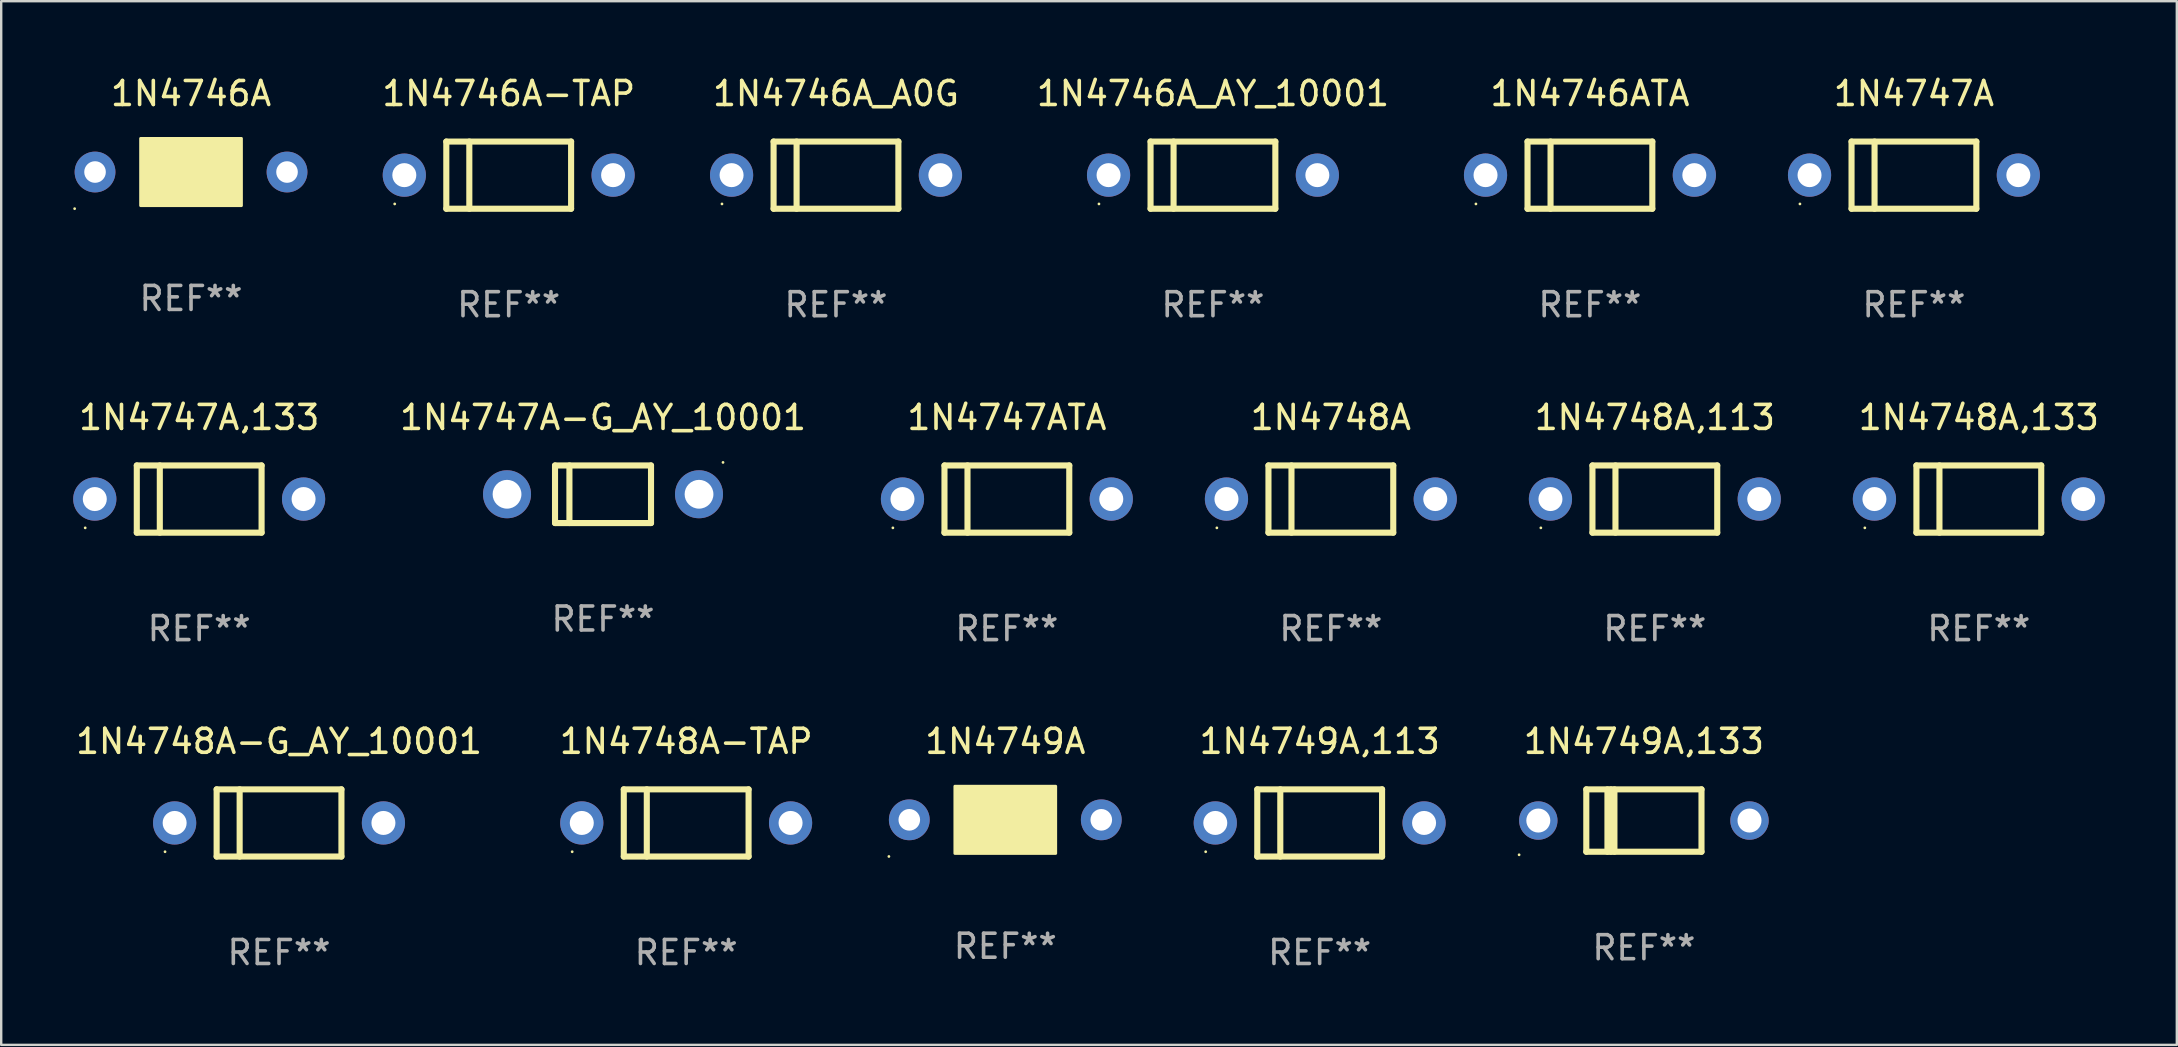
<source format=kicad_pcb>
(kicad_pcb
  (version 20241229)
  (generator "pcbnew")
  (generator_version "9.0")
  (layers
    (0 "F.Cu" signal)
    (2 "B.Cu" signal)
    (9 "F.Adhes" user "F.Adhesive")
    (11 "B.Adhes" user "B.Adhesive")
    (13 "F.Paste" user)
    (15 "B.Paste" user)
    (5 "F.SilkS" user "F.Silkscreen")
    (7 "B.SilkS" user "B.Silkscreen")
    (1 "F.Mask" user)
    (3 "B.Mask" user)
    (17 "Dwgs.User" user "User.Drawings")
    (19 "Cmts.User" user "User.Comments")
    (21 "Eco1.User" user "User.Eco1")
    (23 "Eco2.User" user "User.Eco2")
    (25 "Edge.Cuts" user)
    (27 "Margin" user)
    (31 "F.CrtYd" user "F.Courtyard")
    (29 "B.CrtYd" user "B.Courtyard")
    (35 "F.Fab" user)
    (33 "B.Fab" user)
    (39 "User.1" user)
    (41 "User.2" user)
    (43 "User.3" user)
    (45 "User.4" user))
  (footprint "1N4747A-G_AY_10001"
    (layer "F.Cu")
    (at 22.077 17.545)
    (property "Reference" "1N4747A-G_AY_10001" (at 0 -3.2 0) (layer "F.SilkS") (effects (font (size 1 1) (thickness 0.15))))
    (attr through_hole)
    (fp_line (start -2 -1.2) (end 2 -1.2) (stroke (width 0.254) (type solid)) (layer "F.SilkS"))
    (fp_line (start -2 1.2) (end -2 -1.2) (stroke (width 0.254) (type solid)) (layer "F.SilkS"))
    (fp_line (start -1.4 -1.2) (end -1.4 1.2) (stroke (width 0.254) (type solid)) (layer "F.SilkS"))
    (fp_line (start 2 -1.2) (end 2 1.2) (stroke (width 0.254) (type solid)) (layer "F.SilkS"))
    (fp_line (start 2 1.2) (end -2 1.2) (stroke (width 0.254) (type solid)) (layer "F.SilkS"))
    (fp_circle (center 5 -1.327) (end 5.03 -1.327) (stroke (width 0.06) (type solid)) (fill no) (layer "F.SilkS"))
    (fp_text user "REF**" (at 0 5.2 0) (layer "F.Fab") (effects (font (size 1 1) (thickness 0.15))))
    (pad "1" thru_hole circle (at -4 0) (size 2 2) (drill 1.2) (layers "*.Cu" "*.Mask"))
    (pad "2" thru_hole circle (at 4 0) (size 2 2) (drill 1.2) (layers "*.Cu" "*.Mask")))
  (footprint "1N4748A-TAP"
    (layer "F.Cu")
    (at 25.542 31.241)
    (property "Reference" "1N4748A-TAP" (at 0 -3.4 0) (layer "F.SilkS") (effects (font (size 1 1) (thickness 0.15))))
    (attr through_hole)
    (fp_line (start -2.6 -1.4) (end -2.6 1.4) (stroke (width 0.254) (type solid)) (layer "F.SilkS"))
    (fp_line (start -2.6 -1.4) (end 2.6 -1.4) (stroke (width 0.254) (type solid)) (layer "F.SilkS"))
    (fp_line (start -2.6 1.4) (end 2.6 1.4) (stroke (width 0.254) (type solid)) (layer "F.SilkS"))
    (fp_line (start -1.641 -1.4) (end -1.641 1.4) (stroke (width 0.254) (type solid)) (layer "F.SilkS"))
    (fp_line (start 2.6 -1.4) (end 2.6 1.4) (stroke (width 0.254) (type solid)) (layer "F.SilkS"))
    (fp_circle (center -4.75 1.2) (end -4.72 1.2) (stroke (width 0.06) (type solid)) (fill no) (layer "F.SilkS"))
    (fp_text user "REF**" (at 0 5.4 0) (layer "F.Fab") (effects (font (size 1 1) (thickness 0.15))))
    (pad "1" thru_hole circle (at -4.35 0) (size 1.8 1.8) (drill 1) (layers "*.Cu" "*.Mask"))
    (pad "2" thru_hole circle (at 4.35 0) (size 1.8 1.8) (drill 1) (layers "*.Cu" "*.Mask")))
  (footprint "1N4747A"
    (layer "F.Cu")
    (at 76.701 4.248)
    (property "Reference" "1N4747A" (at 0 -3.4 0) (layer "F.SilkS") (effects (font (size 1 1) (thickness 0.15))))
    (attr through_hole)
    (fp_line (start -2.6 -1.4) (end -2.6 1.4) (stroke (width 0.254) (type solid)) (layer "F.SilkS"))
    (fp_line (start -2.6 -1.4) (end 2.6 -1.4) (stroke (width 0.254) (type solid)) (layer "F.SilkS"))
    (fp_line (start -2.6 1.4) (end 2.6 1.4) (stroke (width 0.254) (type solid)) (layer "F.SilkS"))
    (fp_line (start -1.641 -1.4) (end -1.641 1.4) (stroke (width 0.254) (type solid)) (layer "F.SilkS"))
    (fp_line (start 2.6 -1.4) (end 2.6 1.4) (stroke (width 0.254) (type solid)) (layer "F.SilkS"))
    (fp_circle (center -4.75 1.2) (end -4.72 1.2) (stroke (width 0.06) (type solid)) (fill no) (layer "F.SilkS"))
    (fp_text user "REF**" (at 0 5.4 0) (layer "F.Fab") (effects (font (size 1 1) (thickness 0.15))))
    (pad "1" thru_hole circle (at -4.35 0) (size 1.8 1.8) (drill 1) (layers "*.Cu" "*.Mask"))
    (pad "2" thru_hole circle (at 4.35 0) (size 1.8 1.8) (drill 1) (layers "*.Cu" "*.Mask")))
  (footprint "1N4746A-TAP"
    (layer "F.Cu")
    (at 18.147 4.248)
    (property "Reference" "1N4746A-TAP" (at 0 -3.4 0) (layer "F.SilkS") (effects (font (size 1 1) (thickness 0.15))))
    (attr through_hole)
    (fp_line (start -2.6 -1.4) (end -2.6 1.4) (stroke (width 0.254) (type solid)) (layer "F.SilkS"))
    (fp_line (start -2.6 -1.4) (end 2.6 -1.4) (stroke (width 0.254) (type solid)) (layer "F.SilkS"))
    (fp_line (start -2.6 1.4) (end 2.6 1.4) (stroke (width 0.254) (type solid)) (layer "F.SilkS"))
    (fp_line (start -1.641 -1.4) (end -1.641 1.4) (stroke (width 0.254) (type solid)) (layer "F.SilkS"))
    (fp_line (start 2.6 -1.4) (end 2.6 1.4) (stroke (width 0.254) (type solid)) (layer "F.SilkS"))
    (fp_circle (center -4.75 1.2) (end -4.72 1.2) (stroke (width 0.06) (type solid)) (fill no) (layer "F.SilkS"))
    (fp_text user "REF**" (at 0 5.4 0) (layer "F.Fab") (effects (font (size 1 1) (thickness 0.15))))
    (pad "1" thru_hole circle (at -4.35 0) (size 1.8 1.8) (drill 1) (layers "*.Cu" "*.Mask"))
    (pad "2" thru_hole circle (at 4.35 0) (size 1.8 1.8) (drill 1) (layers "*.Cu" "*.Mask")))
  (footprint "1N4747ATA"
    (layer "F.Cu")
    (at 38.905 17.745)
    (property "Reference" "1N4747ATA" (at 0 -3.4 0) (layer "F.SilkS") (effects (font (size 1 1) (thickness 0.15))))
    (attr through_hole)
    (fp_line (start -2.6 -1.4) (end -2.6 1.4) (stroke (width 0.254) (type solid)) (layer "F.SilkS"))
    (fp_line (start -2.6 -1.4) (end 2.6 -1.4) (stroke (width 0.254) (type solid)) (layer "F.SilkS"))
    (fp_line (start -2.6 1.4) (end 2.6 1.4) (stroke (width 0.254) (type solid)) (layer "F.SilkS"))
    (fp_line (start -1.641 -1.4) (end -1.641 1.4) (stroke (width 0.254) (type solid)) (layer "F.SilkS"))
    (fp_line (start 2.6 -1.4) (end 2.6 1.4) (stroke (width 0.254) (type solid)) (layer "F.SilkS"))
    (fp_circle (center -4.75 1.2) (end -4.72 1.2) (stroke (width 0.06) (type solid)) (fill no) (layer "F.SilkS"))
    (fp_text user "REF**" (at 0 5.4 0) (layer "F.Fab") (effects (font (size 1 1) (thickness 0.15))))
    (pad "1" thru_hole circle (at -4.35 0) (size 1.8 1.8) (drill 1) (layers "*.Cu" "*.Mask"))
    (pad "2" thru_hole circle (at 4.35 0) (size 1.8 1.8) (drill 1) (layers "*.Cu" "*.Mask")))
  (footprint "1N4746ATA"
    (layer "F.Cu")
    (at 63.2 4.248)
    (property "Reference" "1N4746ATA" (at 0 -3.4 0) (layer "F.SilkS") (effects (font (size 1 1) (thickness 0.15))))
    (attr through_hole)
    (fp_line (start -2.6 -1.4) (end -2.6 1.4) (stroke (width 0.254) (type solid)) (layer "F.SilkS"))
    (fp_line (start -2.6 -1.4) (end 2.6 -1.4) (stroke (width 0.254) (type solid)) (layer "F.SilkS"))
    (fp_line (start -2.6 1.4) (end 2.6 1.4) (stroke (width 0.254) (type solid)) (layer "F.SilkS"))
    (fp_line (start -1.641 -1.4) (end -1.641 1.4) (stroke (width 0.254) (type solid)) (layer "F.SilkS"))
    (fp_line (start 2.6 -1.4) (end 2.6 1.4) (stroke (width 0.254) (type solid)) (layer "F.SilkS"))
    (fp_circle (center -4.75 1.2) (end -4.72 1.2) (stroke (width 0.06) (type solid)) (fill no) (layer "F.SilkS"))
    (fp_text user "REF**" (at 0 5.4 0) (layer "F.Fab") (effects (font (size 1 1) (thickness 0.15))))
    (pad "1" thru_hole circle (at -4.35 0) (size 1.8 1.8) (drill 1) (layers "*.Cu" "*.Mask"))
    (pad "2" thru_hole circle (at 4.35 0) (size 1.8 1.8) (drill 1) (layers "*.Cu" "*.Mask")))
  (footprint "1N4746A_A0G"
    (layer "F.Cu")
    (at 31.784 4.248)
    (property "Reference" "1N4746A_A0G" (at 0 -3.4 0) (layer "F.SilkS") (effects (font (size 1 1) (thickness 0.15))))
    (attr through_hole)
    (fp_line (start -2.6 -1.4) (end -2.6 1.4) (stroke (width 0.254) (type solid)) (layer "F.SilkS"))
    (fp_line (start -2.6 -1.4) (end 2.6 -1.4) (stroke (width 0.254) (type solid)) (layer "F.SilkS"))
    (fp_line (start -2.6 1.4) (end 2.6 1.4) (stroke (width 0.254) (type solid)) (layer "F.SilkS"))
    (fp_line (start -1.641 -1.4) (end -1.641 1.4) (stroke (width 0.254) (type solid)) (layer "F.SilkS"))
    (fp_line (start 2.6 -1.4) (end 2.6 1.4) (stroke (width 0.254) (type solid)) (layer "F.SilkS"))
    (fp_circle (center -4.75 1.2) (end -4.72 1.2) (stroke (width 0.06) (type solid)) (fill no) (layer "F.SilkS"))
    (fp_text user "REF**" (at 0 5.4 0) (layer "F.Fab") (effects (font (size 1 1) (thickness 0.15))))
    (pad "1" thru_hole circle (at -4.35 0) (size 1.8 1.8) (drill 1) (layers "*.Cu" "*.Mask"))
    (pad "2" thru_hole circle (at 4.35 0) (size 1.8 1.8) (drill 1) (layers "*.Cu" "*.Mask")))
  (footprint "1N4748A-G_AY_10001"
    (layer "F.Cu")
    (at 8.577 31.241)
    (property "Reference" "1N4748A-G_AY_10001" (at 0 -3.4 0) (layer "F.SilkS") (effects (font (size 1 1) (thickness 0.15))))
    (attr through_hole)
    (fp_line (start -2.6 -1.4) (end -2.6 1.4) (stroke (width 0.254) (type solid)) (layer "F.SilkS"))
    (fp_line (start -2.6 -1.4) (end 2.6 -1.4) (stroke (width 0.254) (type solid)) (layer "F.SilkS"))
    (fp_line (start -2.6 1.4) (end 2.6 1.4) (stroke (width 0.254) (type solid)) (layer "F.SilkS"))
    (fp_line (start -1.641 -1.4) (end -1.641 1.4) (stroke (width 0.254) (type solid)) (layer "F.SilkS"))
    (fp_line (start 2.6 -1.4) (end 2.6 1.4) (stroke (width 0.254) (type solid)) (layer "F.SilkS"))
    (fp_circle (center -4.75 1.2) (end -4.72 1.2) (stroke (width 0.06) (type solid)) (fill no) (layer "F.SilkS"))
    (fp_text user "REF**" (at 0 5.4 0) (layer "F.Fab") (effects (font (size 1 1) (thickness 0.15))))
    (pad "1" thru_hole circle (at -4.35 0) (size 1.8 1.8) (drill 1) (layers "*.Cu" "*.Mask"))
    (pad "2" thru_hole circle (at 4.35 0) (size 1.8 1.8) (drill 1) (layers "*.Cu" "*.Mask")))
  (footprint "1N4749A,113"
    (layer "F.Cu")
    (at 51.939 31.241)
    (property "Reference" "1N4749A,113" (at 0 -3.4 0) (layer "F.SilkS") (effects (font (size 1 1) (thickness 0.15))))
    (attr through_hole)
    (fp_line (start -2.6 -1.4) (end -2.6 1.4) (stroke (width 0.254) (type solid)) (layer "F.SilkS"))
    (fp_line (start -2.6 -1.4) (end 2.6 -1.4) (stroke (width 0.254) (type solid)) (layer "F.SilkS"))
    (fp_line (start -2.6 1.4) (end 2.6 1.4) (stroke (width 0.254) (type solid)) (layer "F.SilkS"))
    (fp_line (start -1.641 -1.4) (end -1.641 1.4) (stroke (width 0.254) (type solid)) (layer "F.SilkS"))
    (fp_line (start 2.6 -1.4) (end 2.6 1.4) (stroke (width 0.254) (type solid)) (layer "F.SilkS"))
    (fp_circle (center -4.75 1.2) (end -4.72 1.2) (stroke (width 0.06) (type solid)) (fill no) (layer "F.SilkS"))
    (fp_text user "REF**" (at 0 5.4 0) (layer "F.Fab") (effects (font (size 1 1) (thickness 0.15))))
    (pad "1" thru_hole circle (at -4.35 0) (size 1.8 1.8) (drill 1) (layers "*.Cu" "*.Mask"))
    (pad "2" thru_hole circle (at 4.35 0) (size 1.8 1.8) (drill 1) (layers "*.Cu" "*.Mask")))
  (footprint "1N4748A"
    (layer "F.Cu")
    (at 52.405 17.745)
    (property "Reference" "1N4748A" (at 0 -3.4 0) (layer "F.SilkS") (effects (font (size 1 1) (thickness 0.15))))
    (attr through_hole)
    (fp_line (start -2.6 -1.4) (end -2.6 1.4) (stroke (width 0.254) (type solid)) (layer "F.SilkS"))
    (fp_line (start -2.6 -1.4) (end 2.6 -1.4) (stroke (width 0.254) (type solid)) (layer "F.SilkS"))
    (fp_line (start -2.6 1.4) (end 2.6 1.4) (stroke (width 0.254) (type solid)) (layer "F.SilkS"))
    (fp_line (start -1.641 -1.4) (end -1.641 1.4) (stroke (width 0.254) (type solid)) (layer "F.SilkS"))
    (fp_line (start 2.6 -1.4) (end 2.6 1.4) (stroke (width 0.254) (type solid)) (layer "F.SilkS"))
    (fp_circle (center -4.75 1.2) (end -4.72 1.2) (stroke (width 0.06) (type solid)) (fill no) (layer "F.SilkS"))
    (fp_text user "REF**" (at 0 5.4 0) (layer "F.Fab") (effects (font (size 1 1) (thickness 0.15))))
    (pad "1" thru_hole circle (at -4.35 0) (size 1.8 1.8) (drill 1) (layers "*.Cu" "*.Mask"))
    (pad "2" thru_hole circle (at 4.35 0) (size 1.8 1.8) (drill 1) (layers "*.Cu" "*.Mask")))
  (footprint "1N4746A"
    (layer "F.Cu")
    (at 4.91 4.118)
    (property "Reference" "1N4746A" (at 0 -3.27 0) (layer "F.SilkS") (effects (font (size 1 1) (thickness 0.15))))
    (attr through_hole)
    (fp_line (start 1.27 -1.27) (end 1.27 1.27) (stroke (width 0.229) (type solid)) (layer "F.SilkS"))
    (fp_circle (center -4.85 1.527) (end -4.82 1.527) (stroke (width 0.06) (type solid)) (fill no) (layer "F.SilkS"))
    (fp_poly (pts (xy -2.1 -1.4) (xy 2.1 -1.4) (xy 2.1 1.4) (xy -2.1 1.4)) (stroke (width 0.12) (type solid)) (fill yes) (layer "F.SilkS"))
    (fp_text user "REF**" (at 0 5.27 0) (layer "F.Fab") (effects (font (size 1 1) (thickness 0.15))))
    (pad "1" thru_hole circle (at -4 0) (size 1.7 1.7) (drill 0.9) (layers "*.Cu" "*.Mask"))
    (pad "2" thru_hole circle (at 4 0) (size 1.7 1.7) (drill 0.9) (layers "*.Cu" "*.Mask")))
  (footprint "1N4748A,133"
    (layer "F.Cu")
    (at 79.405 17.745)
    (property "Reference" "1N4748A,133" (at 0 -3.4 0) (layer "F.SilkS") (effects (font (size 1 1) (thickness 0.15))))
    (attr through_hole)
    (fp_line (start -2.6 -1.4) (end -2.6 1.4) (stroke (width 0.254) (type solid)) (layer "F.SilkS"))
    (fp_line (start -2.6 -1.4) (end 2.6 -1.4) (stroke (width 0.254) (type solid)) (layer "F.SilkS"))
    (fp_line (start -2.6 1.4) (end 2.6 1.4) (stroke (width 0.254) (type solid)) (layer "F.SilkS"))
    (fp_line (start -1.641 -1.4) (end -1.641 1.4) (stroke (width 0.254) (type solid)) (layer "F.SilkS"))
    (fp_line (start 2.6 -1.4) (end 2.6 1.4) (stroke (width 0.254) (type solid)) (layer "F.SilkS"))
    (fp_circle (center -4.75 1.2) (end -4.72 1.2) (stroke (width 0.06) (type solid)) (fill no) (layer "F.SilkS"))
    (fp_text user "REF**" (at 0 5.4 0) (layer "F.Fab") (effects (font (size 1 1) (thickness 0.15))))
    (pad "1" thru_hole circle (at -4.35 0) (size 1.8 1.8) (drill 1) (layers "*.Cu" "*.Mask"))
    (pad "2" thru_hole circle (at 4.35 0) (size 1.8 1.8) (drill 1) (layers "*.Cu" "*.Mask")))
  (footprint "1N4748A,113"
    (layer "F.Cu")
    (at 65.905 17.745)
    (property "Reference" "1N4748A,113" (at 0 -3.4 0) (layer "F.SilkS") (effects (font (size 1 1) (thickness 0.15))))
    (attr through_hole)
    (fp_line (start -2.6 -1.4) (end -2.6 1.4) (stroke (width 0.254) (type solid)) (layer "F.SilkS"))
    (fp_line (start -2.6 -1.4) (end 2.6 -1.4) (stroke (width 0.254) (type solid)) (layer "F.SilkS"))
    (fp_line (start -2.6 1.4) (end 2.6 1.4) (stroke (width 0.254) (type solid)) (layer "F.SilkS"))
    (fp_line (start -1.641 -1.4) (end -1.641 1.4) (stroke (width 0.254) (type solid)) (layer "F.SilkS"))
    (fp_line (start 2.6 -1.4) (end 2.6 1.4) (stroke (width 0.254) (type solid)) (layer "F.SilkS"))
    (fp_circle (center -4.75 1.2) (end -4.72 1.2) (stroke (width 0.06) (type solid)) (fill no) (layer "F.SilkS"))
    (fp_text user "REF**" (at 0 5.4 0) (layer "F.Fab") (effects (font (size 1 1) (thickness 0.15))))
    (pad "1" thru_hole circle (at -4.35 0) (size 1.8 1.8) (drill 1) (layers "*.Cu" "*.Mask"))
    (pad "2" thru_hole circle (at 4.35 0) (size 1.8 1.8) (drill 1) (layers "*.Cu" "*.Mask")))
  (footprint "1N4749A"
    (layer "F.Cu")
    (at 38.839 31.111)
    (property "Reference" "1N4749A" (at 0 -3.27 0) (layer "F.SilkS") (effects (font (size 1 1) (thickness 0.15))))
    (attr through_hole)
    (fp_line (start 1.27 -1.27) (end 1.27 1.27) (stroke (width 0.229) (type solid)) (layer "F.SilkS"))
    (fp_circle (center -4.85 1.527) (end -4.82 1.527) (stroke (width 0.06) (type solid)) (fill no) (layer "F.SilkS"))
    (fp_poly (pts (xy -2.1 -1.4) (xy 2.1 -1.4) (xy 2.1 1.4) (xy -2.1 1.4)) (stroke (width 0.12) (type solid)) (fill yes) (layer "F.SilkS"))
    (fp_text user "REF**" (at 0 5.27 0) (layer "F.Fab") (effects (font (size 1 1) (thickness 0.15))))
    (pad "1" thru_hole circle (at -4 0) (size 1.7 1.7) (drill 0.9) (layers "*.Cu" "*.Mask"))
    (pad "2" thru_hole circle (at 4 0) (size 1.7 1.7) (drill 0.9) (layers "*.Cu" "*.Mask")))
  (footprint "1N4747A,133"
    (layer "F.Cu")
    (at 5.25 17.745)
    (property "Reference" "1N4747A,133" (at 0 -3.4 0) (layer "F.SilkS") (effects (font (size 1 1) (thickness 0.15))))
    (attr through_hole)
    (fp_line (start -2.6 -1.4) (end -2.6 1.4) (stroke (width 0.254) (type solid)) (layer "F.SilkS"))
    (fp_line (start -2.6 -1.4) (end 2.6 -1.4) (stroke (width 0.254) (type solid)) (layer "F.SilkS"))
    (fp_line (start -2.6 1.4) (end 2.6 1.4) (stroke (width 0.254) (type solid)) (layer "F.SilkS"))
    (fp_line (start -1.641 -1.4) (end -1.641 1.4) (stroke (width 0.254) (type solid)) (layer "F.SilkS"))
    (fp_line (start 2.6 -1.4) (end 2.6 1.4) (stroke (width 0.254) (type solid)) (layer "F.SilkS"))
    (fp_circle (center -4.75 1.2) (end -4.72 1.2) (stroke (width 0.06) (type solid)) (fill no) (layer "F.SilkS"))
    (fp_text user "REF**" (at 0 5.4 0) (layer "F.Fab") (effects (font (size 1 1) (thickness 0.15))))
    (pad "1" thru_hole circle (at -4.35 0) (size 1.8 1.8) (drill 1) (layers "*.Cu" "*.Mask"))
    (pad "2" thru_hole circle (at 4.35 0) (size 1.8 1.8) (drill 1) (layers "*.Cu" "*.Mask")))
  (footprint "1N4746A_AY_10001"
    (layer "F.Cu")
    (at 47.492 4.248)
    (property "Reference" "1N4746A_AY_10001" (at 0 -3.4 0) (layer "F.SilkS") (effects (font (size 1 1) (thickness 0.15))))
    (attr through_hole)
    (fp_line (start -2.6 -1.4) (end -2.6 1.4) (stroke (width 0.254) (type solid)) (layer "F.SilkS"))
    (fp_line (start -2.6 -1.4) (end 2.6 -1.4) (stroke (width 0.254) (type solid)) (layer "F.SilkS"))
    (fp_line (start -2.6 1.4) (end 2.6 1.4) (stroke (width 0.254) (type solid)) (layer "F.SilkS"))
    (fp_line (start -1.641 -1.4) (end -1.641 1.4) (stroke (width 0.254) (type solid)) (layer "F.SilkS"))
    (fp_line (start 2.6 -1.4) (end 2.6 1.4) (stroke (width 0.254) (type solid)) (layer "F.SilkS"))
    (fp_circle (center -4.75 1.2) (end -4.72 1.2) (stroke (width 0.06) (type solid)) (fill no) (layer "F.SilkS"))
    (fp_text user "REF**" (at 0 5.4 0) (layer "F.Fab") (effects (font (size 1 1) (thickness 0.15))))
    (pad "1" thru_hole circle (at -4.35 0) (size 1.8 1.8) (drill 1) (layers "*.Cu" "*.Mask"))
    (pad "2" thru_hole circle (at 4.35 0) (size 1.8 1.8) (drill 1) (layers "*.Cu" "*.Mask")))
  (footprint "1N4749A,133"
    (layer "F.Cu")
    (at 65.449 31.141)
    (property "Reference" "1N4749A,133" (at 0 -3.3 0) (layer "F.SilkS") (effects (font (size 1 1) (thickness 0.15))))
    (attr through_hole)
    (fp_line (start -2.4 -1.3) (end -2.4 1.3) (stroke (width 0.254) (type solid)) (layer "F.SilkS"))
    (fp_line (start -2.4 -1.3) (end 2.4 -1.3) (stroke (width 0.254) (type solid)) (layer "F.SilkS"))
    (fp_line (start -2.4 1.3) (end 2.4 1.3) (stroke (width 0.254) (type solid)) (layer "F.SilkS"))
    (fp_line (start -1.519 -1.3) (end -1.519 1.3) (stroke (width 0.254) (type solid)) (layer "F.SilkS"))
    (fp_line (start -1.374 -1.3) (end -1.374 1.3) (stroke (width 0.254) (type solid)) (layer "F.SilkS"))
    (fp_line (start -1.228 -1.3) (end -1.228 1.3) (stroke (width 0.254) (type solid)) (layer "F.SilkS"))
    (fp_line (start 2.4 -1.3) (end 2.4 1.3) (stroke (width 0.254) (type solid)) (layer "F.SilkS"))
    (fp_circle (center -5.2 1.427) (end -5.17 1.427) (stroke (width 0.06) (type solid)) (fill no) (layer "F.SilkS"))
    (fp_text user "REF**" (at 0 5.3 0) (layer "F.Fab") (effects (font (size 1 1) (thickness 0.15))))
    (pad "1" thru_hole circle (at -4.4 0.000013) (size 1.6 1.6) (drill 1) (layers "*.Cu" "*.Mask"))
    (pad "2" thru_hole circle (at 4.4 0.000013) (size 1.6 1.6) (drill 1) (layers "*.Cu" "*.Mask")))
  (gr_rect
    (start -3 -3)
    (end 87.655 40.489)
    (stroke (width 0.1) (type default))
    (fill no)
    (layer "Edge.Cuts")))
</source>
